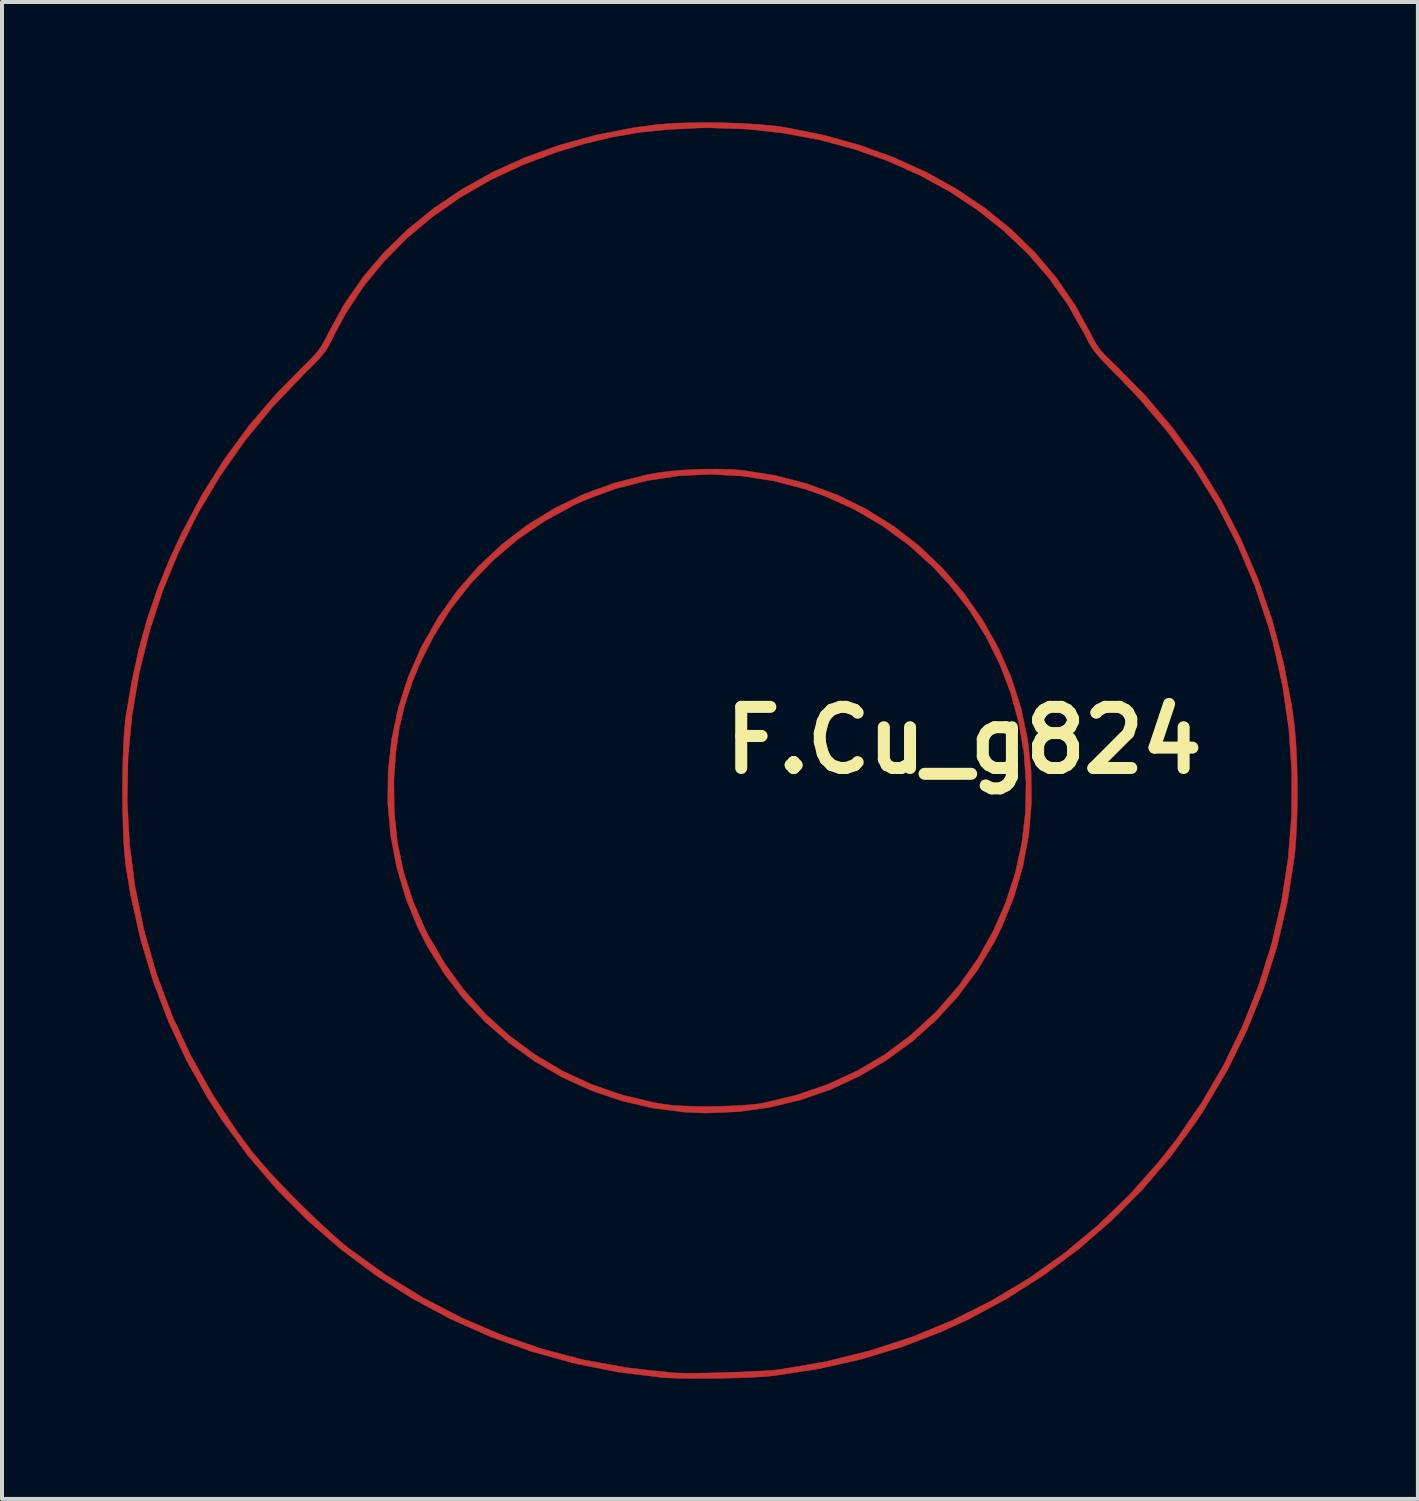
<source format=kicad_pcb>
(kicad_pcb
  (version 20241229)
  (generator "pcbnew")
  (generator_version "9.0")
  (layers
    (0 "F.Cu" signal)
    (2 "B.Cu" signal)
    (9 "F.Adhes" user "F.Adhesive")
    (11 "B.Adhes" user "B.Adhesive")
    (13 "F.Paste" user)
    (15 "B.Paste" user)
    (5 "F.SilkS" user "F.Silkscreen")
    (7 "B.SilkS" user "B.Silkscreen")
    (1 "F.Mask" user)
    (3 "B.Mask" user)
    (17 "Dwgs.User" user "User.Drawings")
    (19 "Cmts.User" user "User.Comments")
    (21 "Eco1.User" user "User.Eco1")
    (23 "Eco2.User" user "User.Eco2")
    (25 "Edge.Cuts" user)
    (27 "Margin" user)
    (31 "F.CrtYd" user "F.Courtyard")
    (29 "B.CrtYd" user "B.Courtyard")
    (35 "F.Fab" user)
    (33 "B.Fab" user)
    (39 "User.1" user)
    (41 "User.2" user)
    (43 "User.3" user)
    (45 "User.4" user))
  (footprint "F.Cu_g824"
    (layer "F.Cu")
    (at 20.984 15.41)
    (property "Reference" "F.Cu_g824" (at 0 0 0) (layer "F.SilkS") (effects (font (size 1.524 1.524) (thickness 0.3))))
    (attr through_hole)
    (fp_poly (pts (xy -5.773 -6.754) (xy -5.524 -6.734) (xy -4.702 -6.605) (xy -3.909 -6.398) (xy -3.149 -6.116) (xy -2.428 -5.761) (xy -1.749 -5.338) (xy -1.116 -4.848) (xy -0.534 -4.294) (xy -0.006 -3.679) (xy 0.464 -3.007) (xy 0.86 -2.303) (xy 1.18 -1.569) (xy 1.423 -0.81) (xy 1.588 -0.031) (xy 1.676 0.759) (xy 1.686 1.554) (xy 1.618 2.347) (xy 1.474 3.13) (xy 1.252 3.897) (xy 0.953 4.64) (xy 0.758 5.032) (xy 0.336 5.734) (xy -0.147 6.381) (xy -0.687 6.971) (xy -1.279 7.501) (xy -1.917 7.968) (xy -2.597 8.369) (xy -3.314 8.702) (xy -4.063 8.964) (xy -4.838 9.152) (xy -5.634 9.262) (xy -6.447 9.294) (xy -6.964 9.271) (xy -7.761 9.17) (xy -8.538 8.989) (xy -9.29 8.732) (xy -10.011 8.404) (xy -10.696 8.006) (xy -11.339 7.545) (xy -11.935 7.023) (xy -12.478 6.443) (xy -12.963 5.811) (xy -13.384 5.13) (xy -13.614 4.677) (xy -13.92 3.925) (xy -14.147 3.152) (xy -14.295 2.363) (xy -14.365 1.565) (xy -14.359 1.002) (xy -14.212 1.002) (xy -14.203 1.801) (xy -14.122 2.563) (xy -13.967 3.297) (xy -13.735 4.013) (xy -13.425 4.722) (xy -13.35 4.869) (xy -12.937 5.577) (xy -12.46 6.231) (xy -11.924 6.828) (xy -11.334 7.364) (xy -10.693 7.837) (xy -10.006 8.244) (xy -9.277 8.581) (xy -8.51 8.846) (xy -7.71 9.035) (xy -7.448 9.079) (xy -7.223 9.104) (xy -6.936 9.119) (xy -6.608 9.127) (xy -6.259 9.127) (xy -5.908 9.119) (xy -5.578 9.104) (xy -5.287 9.082) (xy -5.056 9.053) (xy -5.016 9.046) (xy -4.188 8.849) (xy -3.404 8.581) (xy -2.665 8.242) (xy -1.973 7.833) (xy -1.327 7.353) (xy -0.73 6.803) (xy -0.635 6.704) (xy -0.105 6.088) (xy 0.351 5.435) (xy 0.733 4.751) (xy 1.043 4.042) (xy 1.279 3.313) (xy 1.443 2.569) (xy 1.533 1.815) (xy 1.551 1.059) (xy 1.496 0.304) (xy 1.368 -0.444) (xy 1.167 -1.179) (xy 0.894 -1.896) (xy 0.548 -2.589) (xy 0.13 -3.253) (xy -0.361 -3.882) (xy -0.764 -4.316) (xy -1.373 -4.866) (xy -2.028 -5.346) (xy -2.727 -5.755) (xy -3.465 -6.089) (xy -3.941 -6.258) (xy -4.726 -6.465) (xy -5.522 -6.59) (xy -6.322 -6.633) (xy -7.12 -6.594) (xy -7.911 -6.474) (xy -8.688 -6.273) (xy -9.444 -5.992) (xy -9.73 -5.862) (xy -10.45 -5.471) (xy -11.12 -5.013) (xy -11.735 -4.492) (xy -12.294 -3.913) (xy -12.791 -3.279) (xy -13.223 -2.594) (xy -13.587 -1.863) (xy -13.763 -1.427) (xy -13.944 -0.872) (xy -14.076 -0.315) (xy -14.162 0.269) (xy -14.208 0.902) (xy -14.212 1.002) (xy -14.359 1.002) (xy -14.356 0.766) (xy -14.269 -0.028) (xy -14.103 -0.81) (xy -13.859 -1.573) (xy -13.537 -2.31) (xy -13.525 -2.333) (xy -13.114 -3.056) (xy -12.641 -3.724) (xy -12.108 -4.335) (xy -11.521 -4.885) (xy -10.883 -5.372) (xy -10.198 -5.792) (xy -9.471 -6.142) (xy -8.705 -6.42) (xy -7.904 -6.622) (xy -7.641 -6.671) (xy -7.319 -6.713) (xy -6.943 -6.743) (xy -6.54 -6.761) (xy -6.14 -6.764) (xy -5.773 -6.754)) (stroke (width 0.01) (type solid)) (fill yes) (layer "F.Cu"))
    (fp_poly (pts (xy -5.973 -15.399) (xy -5.502 -15.382) (xy -5.059 -15.353) (xy -4.667 -15.314) (xy -4.466 -15.285) (xy -3.52 -15.098) (xy -2.613 -14.847) (xy -1.751 -14.536) (xy -0.935 -14.166) (xy -0.17 -13.74) (xy 0.54 -13.261) (xy 1.193 -12.73) (xy 1.785 -12.15) (xy 2.312 -11.524) (xy 2.772 -10.853) (xy 3.119 -10.223) (xy 3.217 -10.029) (xy 3.301 -9.88) (xy 3.387 -9.756) (xy 3.492 -9.635) (xy 3.63 -9.495) (xy 3.777 -9.356) (xy 4.525 -8.597) (xy 5.215 -7.78) (xy 5.842 -6.91) (xy 6.406 -5.992) (xy 6.902 -5.032) (xy 7.33 -4.033) (xy 7.687 -3.002) (xy 7.969 -1.942) (xy 8.175 -0.86) (xy 8.24 -0.381) (xy 8.275 -0.005) (xy 8.3 0.432) (xy 8.313 0.908) (xy 8.316 1.4) (xy 8.307 1.887) (xy 8.288 2.345) (xy 8.258 2.753) (xy 8.24 2.921) (xy 8.065 4.042) (xy 7.81 5.131) (xy 7.477 6.19) (xy 7.064 7.22) (xy 6.572 8.22) (xy 6 9.192) (xy 5.782 9.525) (xy 5.148 10.39) (xy 4.446 11.208) (xy 3.682 11.975) (xy 2.861 12.686) (xy 1.989 13.337) (xy 1.071 13.922) (xy 0.113 14.438) (xy -0.574 14.753) (xy -1.555 15.129) (xy -2.578 15.437) (xy -3.629 15.674) (xy -4.697 15.837) (xy -4.847 15.854) (xy -5.064 15.871) (xy -5.344 15.886) (xy -5.67 15.898) (xy -6.021 15.906) (xy -6.38 15.91) (xy -6.728 15.911) (xy -7.047 15.908) (xy -7.318 15.9) (xy -7.514 15.889) (xy -8.626 15.752) (xy -9.715 15.535) (xy -10.776 15.241) (xy -11.805 14.871) (xy -12.801 14.429) (xy -13.758 13.915) (xy -14.674 13.332) (xy -15.544 12.683) (xy -16.366 11.969) (xy -17.136 11.193) (xy -17.851 10.356) (xy -18.506 9.462) (xy -18.856 8.92) (xy -19.377 7.995) (xy -19.832 7.02) (xy -20.218 6) (xy -20.535 4.942) (xy -20.779 3.85) (xy -20.898 3.133) (xy -20.926 2.873) (xy -20.949 2.547) (xy -20.965 2.171) (xy -20.975 1.76) (xy -20.978 1.501) (xy -20.863 1.501) (xy -20.805 2.574) (xy -20.667 3.647) (xy -20.447 4.716) (xy -20.145 5.777) (xy -20.11 5.884) (xy -19.73 6.889) (xy -19.27 7.873) (xy -18.731 8.832) (xy -18.117 9.76) (xy -17.756 10.245) (xy -17.56 10.483) (xy -17.313 10.763) (xy -17.028 11.069) (xy -16.718 11.388) (xy -16.397 11.708) (xy -16.08 12.013) (xy -15.778 12.291) (xy -15.507 12.529) (xy -15.325 12.676) (xy -14.425 13.322) (xy -13.488 13.898) (xy -12.52 14.4) (xy -11.525 14.827) (xy -10.51 15.177) (xy -9.479 15.448) (xy -8.437 15.637) (xy -7.895 15.702) (xy -7.689 15.723) (xy -7.498 15.743) (xy -7.349 15.758) (xy -7.281 15.766) (xy -7.147 15.774) (xy -6.943 15.778) (xy -6.685 15.778) (xy -6.389 15.774) (xy -6.07 15.766) (xy -5.743 15.756) (xy -5.423 15.743) (xy -5.126 15.729) (xy -4.867 15.713) (xy -4.662 15.696) (xy -4.572 15.685) (xy -3.451 15.493) (xy -2.362 15.224) (xy -1.308 14.881) (xy -0.292 14.464) (xy 0.683 13.975) (xy 1.616 13.416) (xy 2.503 12.788) (xy 3.341 12.093) (xy 4.128 11.332) (xy 4.861 10.507) (xy 5.318 9.924) (xy 5.939 9.018) (xy 6.487 8.075) (xy 6.959 7.098) (xy 7.356 6.093) (xy 7.676 5.064) (xy 7.919 4.015) (xy 8.084 2.952) (xy 8.17 1.878) (xy 8.176 0.799) (xy 8.102 -0.281) (xy 7.946 -1.358) (xy 7.708 -2.426) (xy 7.596 -2.827) (xy 7.244 -3.877) (xy 6.817 -4.887) (xy 6.315 -5.858) (xy 5.738 -6.79) (xy 5.086 -7.683) (xy 4.359 -8.535) (xy 3.889 -9.026) (xy 3.671 -9.245) (xy 3.503 -9.418) (xy 3.374 -9.557) (xy 3.275 -9.675) (xy 3.196 -9.785) (xy 3.125 -9.9) (xy 3.054 -10.034) (xy 2.987 -10.165) (xy 2.59 -10.866) (xy 2.123 -11.523) (xy 1.591 -12.136) (xy 0.997 -12.702) (xy 0.347 -13.218) (xy -0.355 -13.683) (xy -1.104 -14.092) (xy -1.896 -14.445) (xy -2.727 -14.739) (xy -3.591 -14.971) (xy -4.484 -15.139) (xy -5.403 -15.24) (xy -6.341 -15.273) (xy -6.646 -15.268) (xy -7.394 -15.23) (xy -8.09 -15.157) (xy -8.758 -15.043) (xy -9.427 -14.884) (xy -10.122 -14.676) (xy -10.151 -14.667) (xy -11.001 -14.349) (xy -11.804 -13.972) (xy -12.557 -13.538) (xy -13.254 -13.051) (xy -13.893 -12.515) (xy -14.469 -11.931) (xy -14.979 -11.305) (xy -15.418 -10.637) (xy -15.692 -10.125) (xy -15.778 -9.952) (xy -15.852 -9.814) (xy -15.926 -9.698) (xy -16.012 -9.586) (xy -16.122 -9.463) (xy -16.269 -9.314) (xy -16.464 -9.123) (xy -16.477 -9.109) (xy -17.238 -8.312) (xy -17.929 -7.468) (xy -18.55 -6.583) (xy -19.099 -5.66) (xy -19.576 -4.704) (xy -19.98 -3.718) (xy -20.309 -2.708) (xy -20.563 -1.677) (xy -20.741 -0.629) (xy -20.841 0.432) (xy -20.863 1.501) (xy -20.978 1.501) (xy -20.979 1.331) (xy -20.977 0.901) (xy -20.969 0.486) (xy -20.955 0.102) (xy -20.935 -0.235) (xy -20.908 -0.508) (xy -20.9 -0.572) (xy -20.753 -1.446) (xy -20.576 -2.26) (xy -20.363 -3.031) (xy -20.107 -3.779) (xy -19.804 -4.523) (xy -19.496 -5.186) (xy -18.99 -6.135) (xy -18.434 -7.02) (xy -17.821 -7.853) (xy -17.143 -8.643) (xy -16.5 -9.297) (xy -16.319 -9.474) (xy -16.185 -9.614) (xy -16.084 -9.736) (xy -16.001 -9.86) (xy -15.92 -10.006) (xy -15.841 -10.165) (xy -15.45 -10.876) (xy -14.987 -11.544) (xy -14.458 -12.168) (xy -13.864 -12.745) (xy -13.211 -13.273) (xy -12.502 -13.749) (xy -11.741 -14.172) (xy -10.931 -14.538) (xy -10.077 -14.845) (xy -9.182 -15.091) (xy -8.249 -15.274) (xy -7.705 -15.348) (xy -7.337 -15.38) (xy -6.912 -15.398) (xy -6.45 -15.405) (xy -5.973 -15.399)) (stroke (width 0.01) (type solid)) (fill yes) (layer "F.Cu")))
  (gr_rect
    (start -3 -3)
    (end 32.305 34.326)
    (stroke (width 0.1) (type default))
    (fill no)
    (layer "Edge.Cuts")))
</source>
